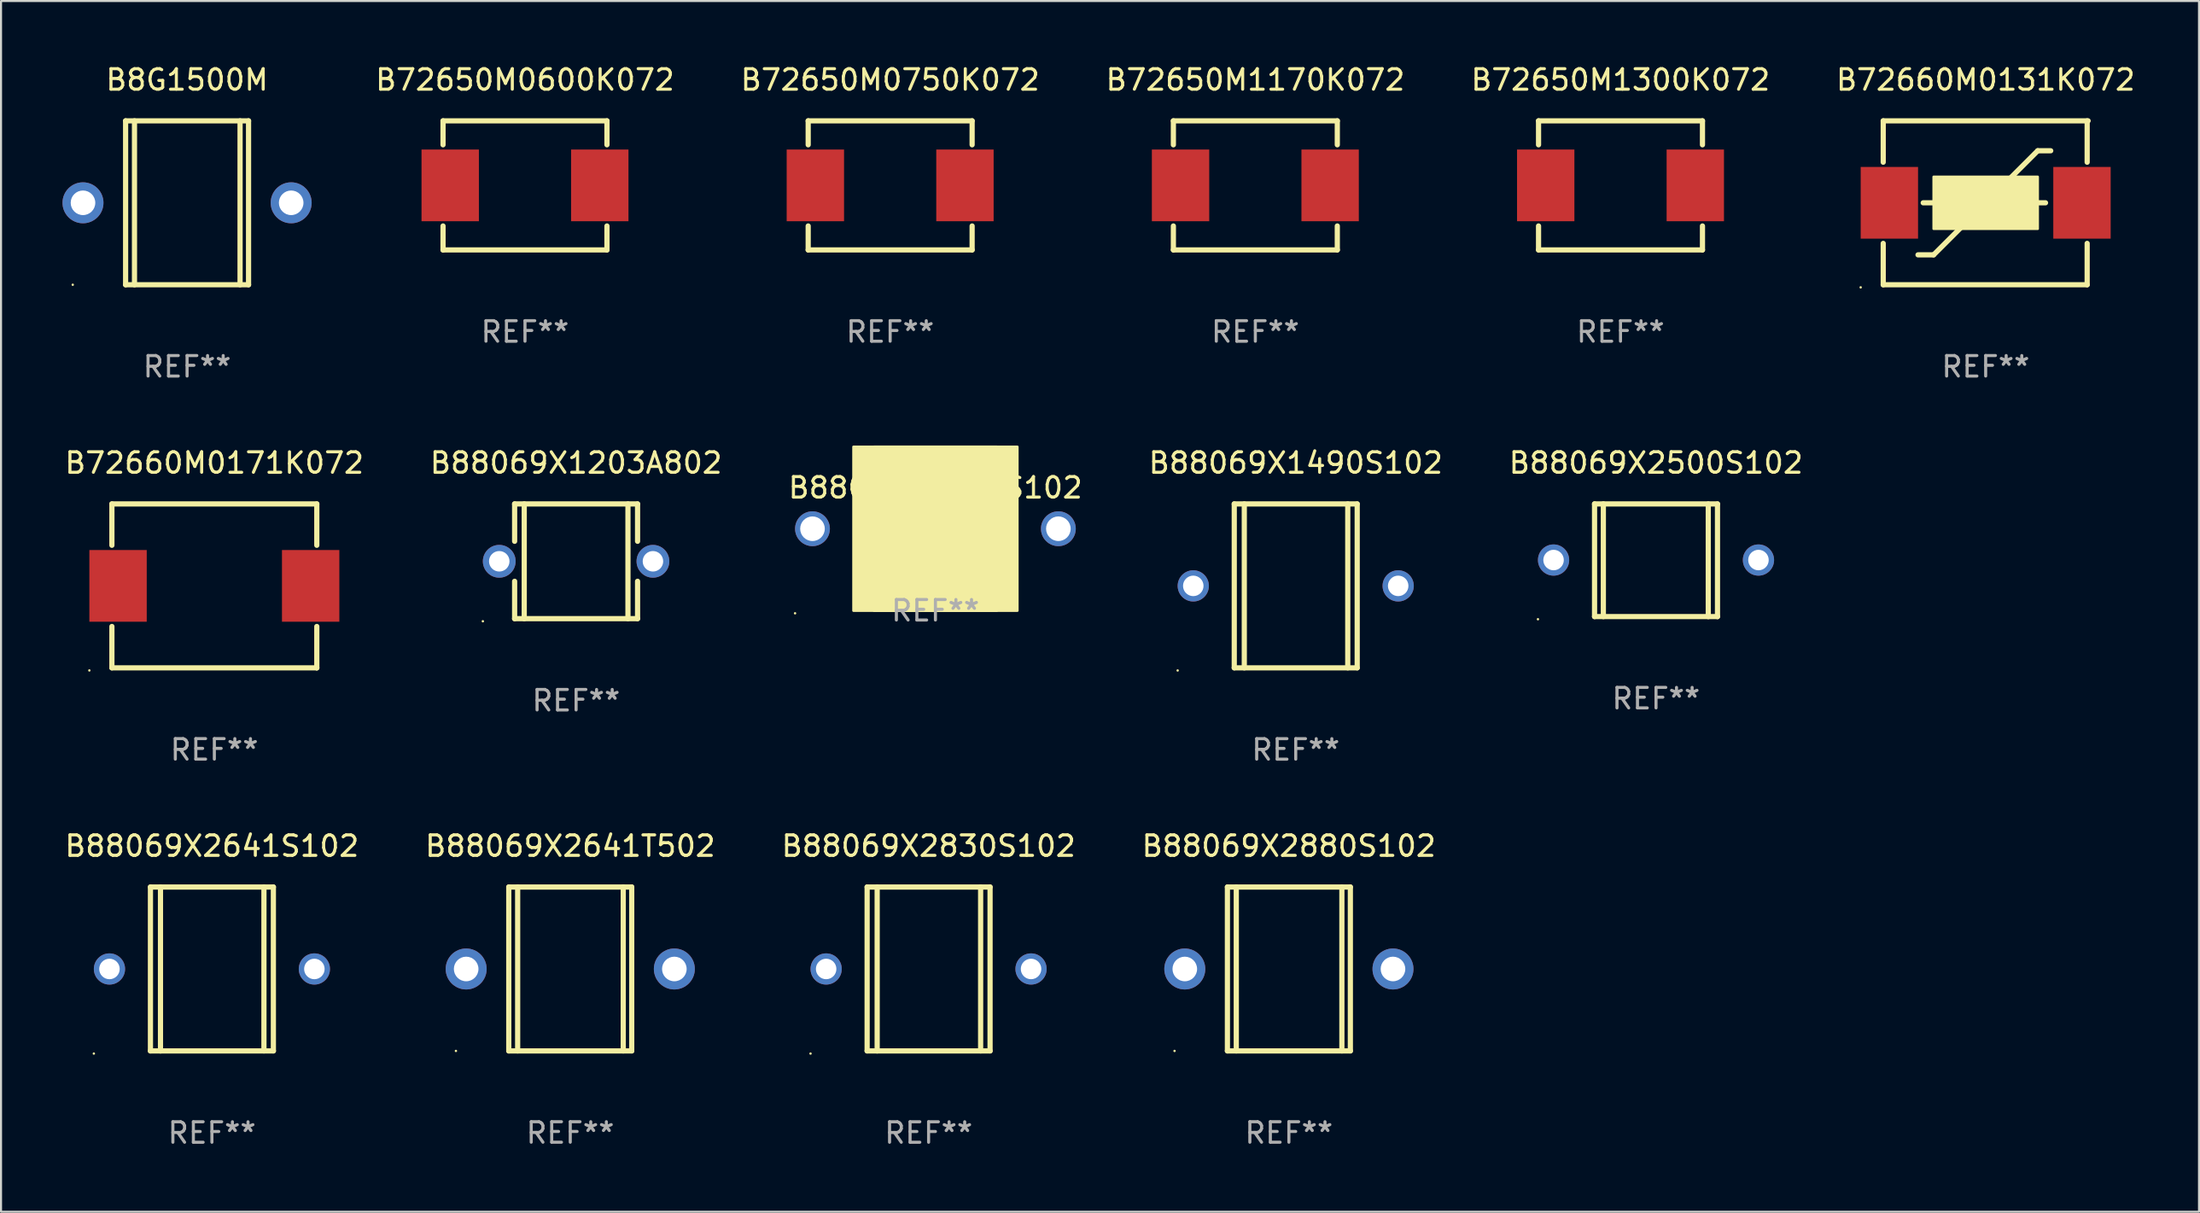
<source format=kicad_pcb>
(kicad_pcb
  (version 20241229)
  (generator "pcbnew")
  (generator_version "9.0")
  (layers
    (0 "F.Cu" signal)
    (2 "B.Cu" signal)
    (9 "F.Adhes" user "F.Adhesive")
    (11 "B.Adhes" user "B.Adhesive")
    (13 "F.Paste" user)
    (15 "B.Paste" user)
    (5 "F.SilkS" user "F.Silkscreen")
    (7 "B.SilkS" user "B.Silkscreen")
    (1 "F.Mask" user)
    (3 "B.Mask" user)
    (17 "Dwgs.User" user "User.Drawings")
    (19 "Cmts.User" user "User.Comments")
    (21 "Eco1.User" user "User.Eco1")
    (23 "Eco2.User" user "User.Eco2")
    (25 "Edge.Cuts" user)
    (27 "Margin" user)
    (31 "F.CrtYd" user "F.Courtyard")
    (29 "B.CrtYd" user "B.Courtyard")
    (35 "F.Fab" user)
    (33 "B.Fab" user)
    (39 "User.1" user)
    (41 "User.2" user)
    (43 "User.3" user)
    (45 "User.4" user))
  (footprint "B72650M0750K072"
    (layer "F.Cu")
    (at 40.392 5.998)
    (property "Reference" "B72650M0750K072" (at 0 -5.15 0) (layer "F.SilkS") (effects (font (size 1 1) (thickness 0.15))))
    (attr through_hole)
    (fp_line (start -4 -3.15) (end 4 -3.15) (stroke (width 0.254) (type solid)) (layer "F.SilkS"))
    (fp_line (start -4 -1.981) (end -4 -3.15) (stroke (width 0.254) (type solid)) (layer "F.SilkS"))
    (fp_line (start -4 3.15) (end -4 1.981) (stroke (width 0.254) (type solid)) (layer "F.SilkS"))
    (fp_line (start 4 -3.15) (end 4 -1.981) (stroke (width 0.254) (type solid)) (layer "F.SilkS"))
    (fp_line (start 4 1.981) (end 4 3.15) (stroke (width 0.254) (type solid)) (layer "F.SilkS"))
    (fp_line (start 4 3.15) (end -4 3.15) (stroke (width 0.254) (type solid)) (layer "F.SilkS"))
    (fp_circle (center -4 3.15) (end -3.97 3.15) (stroke (width 0.06) (type solid)) (fill no) (layer "F.SilkS"))
    (fp_text user "REF**" (at 0 7.15 0) (layer "F.Fab") (effects (font (size 1 1) (thickness 0.15))))
    (pad "1" smd rect (at -3.65 0 90) (size 3.5 2.8) (layers "F.Cu" "F.Mask" "F.Paste"))
    (pad "2" smd rect (at 3.65 0 90) (size 3.5 2.8) (layers "F.Cu" "F.Mask" "F.Paste")))
  (footprint "B88069X1380S102"
    (layer "F.Cu")
    (at 42.601 22.756)
    (property "Reference" "B88069X1380S102" (at 0 -2 0) (layer "F.SilkS") (effects (font (size 1 1) (thickness 0.15))))
    (attr through_hole)
    (fp_circle (center -6.85 4.127) (end -6.82 4.127) (stroke (width 0.06) (type solid)) (fill no) (layer "F.SilkS"))
    (fp_poly (pts (xy -4 -4) (xy 4 -4) (xy 4 4) (xy -4 4)) (stroke (width 0.12) (type solid)) (fill yes) (layer "F.SilkS"))
    (fp_poly (pts (xy -3 -4) (xy 3 -4) (xy 3 4) (xy -3 4)) (stroke (width 0.12) (type solid)) (fill yes) (layer "F.SilkS"))
    (fp_text user "REF**" (at 0 4 0) (layer "F.Fab") (effects (font (size 1 1) (thickness 0.15))))
    (pad "1" thru_hole circle (at -6 0) (size 1.7 1.7) (drill 1.2) (layers "*.Cu" "*.Mask"))
    (pad "2" thru_hole circle (at 6 0) (size 1.7 1.7) (drill 1.2) (layers "*.Cu" "*.Mask")))
  (footprint "B8G1500M"
    (layer "F.Cu")
    (at 6.08 6.848)
    (property "Reference" "B8G1500M" (at 0 -6 0) (layer "F.SilkS") (effects (font (size 1 1) (thickness 0.15))))
    (attr through_hole)
    (fp_line (start -3 -4) (end -3 4) (stroke (width 0.254) (type solid)) (layer "F.SilkS"))
    (fp_line (start -3 -4) (end 3 -4) (stroke (width 0.254) (type solid)) (layer "F.SilkS"))
    (fp_line (start -3 4) (end 3 4) (stroke (width 0.254) (type solid)) (layer "F.SilkS"))
    (fp_line (start -2.567 -4) (end -2.567 4) (stroke (width 0.254) (type solid)) (layer "F.SilkS"))
    (fp_line (start 2.586 -4) (end 2.586 4) (stroke (width 0.254) (type solid)) (layer "F.SilkS"))
    (fp_line (start 3 -4) (end 3 4) (stroke (width 0.254) (type solid)) (layer "F.SilkS"))
    (fp_circle (center -5.58 4) (end -5.55 4) (stroke (width 0.06) (type solid)) (fill no) (layer "F.SilkS"))
    (fp_text user "REF**" (at 0 8 0) (layer "F.Fab") (effects (font (size 1 1) (thickness 0.15))))
    (pad "1" thru_hole circle (at -5.08 0) (size 2 2) (drill 1.2) (layers "*.Cu" "*.Mask"))
    (pad "2" thru_hole circle (at 5.08 0) (size 2 2) (drill 1.2) (layers "*.Cu" "*.Mask")))
  (footprint "B88069X2830S102"
    (layer "F.Cu")
    (at 42.268 44.244)
    (property "Reference" "B88069X2830S102" (at 0 -6.001 0) (layer "F.SilkS") (effects (font (size 1 1) (thickness 0.15))))
    (attr through_hole)
    (fp_line (start -3 -4.001) (end -3 3.999) (stroke (width 0.254) (type solid)) (layer "F.SilkS"))
    (fp_line (start -3 -4.001) (end 3 -4.001) (stroke (width 0.254) (type solid)) (layer "F.SilkS"))
    (fp_line (start -2.51 4.001) (end -2.51 -3.999) (stroke (width 0.254) (type solid)) (layer "F.SilkS"))
    (fp_line (start 2.539 3.999) (end 2.539 -4.001) (stroke (width 0.254) (type solid)) (layer "F.SilkS"))
    (fp_line (start 3 3.999) (end -3 3.999) (stroke (width 0.254) (type solid)) (layer "F.SilkS"))
    (fp_line (start 3 3.999) (end 3 -4.001) (stroke (width 0.254) (type solid)) (layer "F.SilkS"))
    (fp_circle (center -5.762 4.128) (end -5.732 4.128) (stroke (width 0.06) (type solid)) (fill no) (layer "F.SilkS"))
    (fp_text user "REF**" (at 0 8.001 0) (layer "F.Fab") (effects (font (size 1 1) (thickness 0.15))))
    (pad "1" thru_hole circle (at -5 -0.001) (size 1.524 1.524) (drill 1) (layers "*.Cu" "*.Mask"))
    (pad "2" thru_hole circle (at 5 -0.001) (size 1.524 1.524) (drill 1) (layers "*.Cu" "*.Mask")))
  (footprint "B72650M0600K072"
    (layer "F.Cu")
    (at 22.571 5.998)
    (property "Reference" "B72650M0600K072" (at 0 -5.15 0) (layer "F.SilkS") (effects (font (size 1 1) (thickness 0.15))))
    (attr through_hole)
    (fp_line (start -4 -3.15) (end 4 -3.15) (stroke (width 0.254) (type solid)) (layer "F.SilkS"))
    (fp_line (start -4 -1.981) (end -4 -3.15) (stroke (width 0.254) (type solid)) (layer "F.SilkS"))
    (fp_line (start -4 3.15) (end -4 1.981) (stroke (width 0.254) (type solid)) (layer "F.SilkS"))
    (fp_line (start 4 -3.15) (end 4 -1.981) (stroke (width 0.254) (type solid)) (layer "F.SilkS"))
    (fp_line (start 4 1.981) (end 4 3.15) (stroke (width 0.254) (type solid)) (layer "F.SilkS"))
    (fp_line (start 4 3.15) (end -4 3.15) (stroke (width 0.254) (type solid)) (layer "F.SilkS"))
    (fp_circle (center -4 3.15) (end -3.97 3.15) (stroke (width 0.06) (type solid)) (fill no) (layer "F.SilkS"))
    (fp_text user "REF**" (at 0 7.15 0) (layer "F.Fab") (effects (font (size 1 1) (thickness 0.15))))
    (pad "1" smd rect (at -3.65 0 90) (size 3.5 2.8) (layers "F.Cu" "F.Mask" "F.Paste"))
    (pad "2" smd rect (at 3.65 0 90) (size 3.5 2.8) (layers "F.Cu" "F.Mask" "F.Paste")))
  (footprint "B72660M0171K072"
    (layer "F.Cu")
    (at 7.411 25.545)
    (property "Reference" "B72660M0171K072" (at 0 -6 0) (layer "F.SilkS") (effects (font (size 1 1) (thickness 0.15))))
    (attr through_hole)
    (fp_line (start -5 4) (end 5 4) (stroke (width 0.254) (type solid)) (layer "F.SilkS"))
    (fp_line (start -5 -4) (end -5 -1.981) (stroke (width 0.254) (type solid)) (layer "F.SilkS"))
    (fp_line (start -5 -4) (end 5 -4) (stroke (width 0.254) (type solid)) (layer "F.SilkS"))
    (fp_line (start -5 1.981) (end -5 4) (stroke (width 0.254) (type solid)) (layer "F.SilkS"))
    (fp_line (start 5 -4) (end 5 -1.981) (stroke (width 0.254) (type solid)) (layer "F.SilkS"))
    (fp_line (start 5 1.981) (end 5 4) (stroke (width 0.254) (type solid)) (layer "F.SilkS"))
    (fp_line (start 5 4) (end 5 4) (stroke (width 0.254) (type solid)) (layer "F.SilkS"))
    (fp_circle (center -6.1 4.127) (end -6.07 4.127) (stroke (width 0.06) (type solid)) (fill no) (layer "F.SilkS"))
    (fp_text user "REF**" (at 0 8 0) (layer "F.Fab") (effects (font (size 1 1) (thickness 0.15))))
    (pad "1" smd rect (at -4.7 0 90) (size 3.5 2.8) (layers "F.Cu" "F.Mask" "F.Paste"))
    (pad "2" smd rect (at 4.7 0 90) (size 3.5 2.8) (layers "F.Cu" "F.Mask" "F.Paste")))
  (footprint "B72650M1300K072"
    (layer "F.Cu")
    (at 76.035 5.998)
    (property "Reference" "B72650M1300K072" (at 0 -5.15 0) (layer "F.SilkS") (effects (font (size 1 1) (thickness 0.15))))
    (attr through_hole)
    (fp_line (start -4 -3.15) (end 4 -3.15) (stroke (width 0.254) (type solid)) (layer "F.SilkS"))
    (fp_line (start -4 -1.981) (end -4 -3.15) (stroke (width 0.254) (type solid)) (layer "F.SilkS"))
    (fp_line (start -4 3.15) (end -4 1.981) (stroke (width 0.254) (type solid)) (layer "F.SilkS"))
    (fp_line (start 4 -3.15) (end 4 -1.981) (stroke (width 0.254) (type solid)) (layer "F.SilkS"))
    (fp_line (start 4 1.981) (end 4 3.15) (stroke (width 0.254) (type solid)) (layer "F.SilkS"))
    (fp_line (start 4 3.15) (end -4 3.15) (stroke (width 0.254) (type solid)) (layer "F.SilkS"))
    (fp_circle (center -4 3.15) (end -3.97 3.15) (stroke (width 0.06) (type solid)) (fill no) (layer "F.SilkS"))
    (fp_text user "REF**" (at 0 7.15 0) (layer "F.Fab") (effects (font (size 1 1) (thickness 0.15))))
    (pad "1" smd rect (at -3.65 0 90) (size 3.5 2.8) (layers "F.Cu" "F.Mask" "F.Paste"))
    (pad "2" smd rect (at 3.65 0 90) (size 3.5 2.8) (layers "F.Cu" "F.Mask" "F.Paste")))
  (footprint "B72660M0131K072"
    (layer "F.Cu")
    (at 93.856 6.848)
    (property "Reference" "B72660M0131K072" (at 0 -6 0) (layer "F.SilkS") (effects (font (size 1 1) (thickness 0.15))))
    (attr through_hole)
    (fp_line (start -5 -4) (end -5 -1.981) (stroke (width 0.254) (type solid)) (layer "F.SilkS"))
    (fp_line (start -5 -4) (end 5 -4) (stroke (width 0.254) (type solid)) (layer "F.SilkS"))
    (fp_line (start -5 1.981) (end -5 4) (stroke (width 0.254) (type solid)) (layer "F.SilkS"))
    (fp_line (start -5 4) (end 4.953 4) (stroke (width 0.254) (type solid)) (layer "F.SilkS"))
    (fp_line (start -2.54 0) (end -3.048 0) (stroke (width 0.254) (type solid)) (layer "F.SilkS"))
    (fp_line (start -2.54 2.54) (end -3.302 2.54) (stroke (width 0.254) (type solid)) (layer "F.SilkS"))
    (fp_line (start -2.54 2.54) (end 2.54 -2.54) (stroke (width 0.254) (type solid)) (layer "F.SilkS"))
    (fp_line (start 2.54 -2.54) (end 3.175 -2.54) (stroke (width 0.254) (type solid)) (layer "F.SilkS"))
    (fp_line (start 2.54 0) (end 2.921 0) (stroke (width 0.254) (type solid)) (layer "F.SilkS"))
    (fp_line (start 4.953 -1.981) (end 4.953 -4) (stroke (width 0.254) (type solid)) (layer "F.SilkS"))
    (fp_line (start 4.953 4) (end 4.953 1.981) (stroke (width 0.254) (type solid)) (layer "F.SilkS"))
    (fp_circle (center -6.1 4.127) (end -6.07 4.127) (stroke (width 0.06) (type solid)) (fill no) (layer "F.SilkS"))
    (fp_poly (pts (xy -2.54 -1.27) (xy 2.54 -1.27) (xy 2.54 1.27) (xy -2.54 1.27)) (stroke (width 0.12) (type solid)) (fill yes) (layer "F.SilkS"))
    (fp_text user "REF**" (at 0 8 0) (layer "F.Fab") (effects (font (size 1 1) (thickness 0.15))))
    (pad "1" smd rect (at -4.7 0 90) (size 3.5 2.8) (layers "F.Cu" "F.Mask" "F.Paste"))
    (pad "2" smd rect (at 4.7 0 90) (size 3.5 2.8) (layers "F.Cu" "F.Mask" "F.Paste")))
  (footprint "B88069X2641S102"
    (layer "F.Cu")
    (at 7.292 44.244)
    (property "Reference" "B88069X2641S102" (at 0 -6.001 0) (layer "F.SilkS") (effects (font (size 1 1) (thickness 0.15))))
    (attr through_hole)
    (fp_line (start -3 -4.001) (end -3 3.999) (stroke (width 0.254) (type solid)) (layer "F.SilkS"))
    (fp_line (start -3 -4.001) (end 3 -4.001) (stroke (width 0.254) (type solid)) (layer "F.SilkS"))
    (fp_line (start -2.51 4.001) (end -2.51 -3.999) (stroke (width 0.254) (type solid)) (layer "F.SilkS"))
    (fp_line (start 2.539 3.999) (end 2.539 -4.001) (stroke (width 0.254) (type solid)) (layer "F.SilkS"))
    (fp_line (start 3 3.999) (end -3 3.999) (stroke (width 0.254) (type solid)) (layer "F.SilkS"))
    (fp_line (start 3 3.999) (end 3 -4.001) (stroke (width 0.254) (type solid)) (layer "F.SilkS"))
    (fp_circle (center -5.762 4.128) (end -5.732 4.128) (stroke (width 0.06) (type solid)) (fill no) (layer "F.SilkS"))
    (fp_text user "REF**" (at 0 8.001 0) (layer "F.Fab") (effects (font (size 1 1) (thickness 0.15))))
    (pad "1" thru_hole circle (at -5 -0.001) (size 1.524 1.524) (drill 1) (layers "*.Cu" "*.Mask"))
    (pad "2" thru_hole circle (at 5 -0.001) (size 1.524 1.524) (drill 1) (layers "*.Cu" "*.Mask")))
  (footprint "B88069X2880S102"
    (layer "F.Cu")
    (at 59.851 44.243)
    (property "Reference" "B88069X2880S102" (at 0 -6 0) (layer "F.SilkS") (effects (font (size 1 1) (thickness 0.15))))
    (attr through_hole)
    (fp_line (start -3 -4) (end -3 4) (stroke (width 0.254) (type solid)) (layer "F.SilkS"))
    (fp_line (start -3 -4) (end 3 -4) (stroke (width 0.254) (type solid)) (layer "F.SilkS"))
    (fp_line (start -3 4) (end 3 4) (stroke (width 0.254) (type solid)) (layer "F.SilkS"))
    (fp_line (start -2.567 -4) (end -2.567 4) (stroke (width 0.254) (type solid)) (layer "F.SilkS"))
    (fp_line (start 2.586 -4) (end 2.586 4) (stroke (width 0.254) (type solid)) (layer "F.SilkS"))
    (fp_line (start 3 -4) (end 3 4) (stroke (width 0.254) (type solid)) (layer "F.SilkS"))
    (fp_circle (center -5.58 4) (end -5.55 4) (stroke (width 0.06) (type solid)) (fill no) (layer "F.SilkS"))
    (fp_text user "REF**" (at 0 8 0) (layer "F.Fab") (effects (font (size 1 1) (thickness 0.15))))
    (pad "1" thru_hole circle (at -5.08 0) (size 2 2) (drill 1.2) (layers "*.Cu" "*.Mask"))
    (pad "2" thru_hole circle (at 5.08 0) (size 2 2) (drill 1.2) (layers "*.Cu" "*.Mask")))
  (footprint "B88069X1203A802"
    (layer "F.Cu")
    (at 25.065 24.345)
    (property "Reference" "B88069X1203A802" (at 0 -4.8 0) (layer "F.SilkS") (effects (font (size 1 1) (thickness 0.15))))
    (attr through_hole)
    (fp_line (start -3 -2.8) (end 3 -2.8) (stroke (width 0.254) (type solid)) (layer "F.SilkS"))
    (fp_line (start -3 -0.976) (end -3 -2.8) (stroke (width 0.254) (type solid)) (layer "F.SilkS"))
    (fp_line (start -3 2.8) (end -3 0.976) (stroke (width 0.254) (type solid)) (layer "F.SilkS"))
    (fp_line (start -3 2.8) (end 3 2.8) (stroke (width 0.254) (type solid)) (layer "F.SilkS"))
    (fp_line (start -2.531 -2.8) (end -2.531 2.8) (stroke (width 0.254) (type solid)) (layer "F.SilkS"))
    (fp_line (start 2.531 -2.8) (end 2.531 2.8) (stroke (width 0.254) (type solid)) (layer "F.SilkS"))
    (fp_line (start 3 -2.8) (end 3 -0.976) (stroke (width 0.254) (type solid)) (layer "F.SilkS"))
    (fp_line (start 3 0.976) (end 3 2.8) (stroke (width 0.254) (type solid)) (layer "F.SilkS"))
    (fp_circle (center -4.55 2.927) (end -4.52 2.927) (stroke (width 0.06) (type solid)) (fill no) (layer "F.SilkS"))
    (fp_text user "REF**" (at 0 6.8 0) (layer "F.Fab") (effects (font (size 1 1) (thickness 0.15))))
    (pad "1" thru_hole circle (at -3.75 0) (size 1.6 1.6) (drill 1) (layers "*.Cu" "*.Mask"))
    (pad "2" thru_hole circle (at 3.75 0) (size 1.6 1.6) (drill 1) (layers "*.Cu" "*.Mask")))
  (footprint "B88069X1490S102"
    (layer "F.Cu")
    (at 60.185 25.546)
    (property "Reference" "B88069X1490S102" (at 0 -6.001 0) (layer "F.SilkS") (effects (font (size 1 1) (thickness 0.15))))
    (attr through_hole)
    (fp_line (start -3 -4.001) (end -3 3.999) (stroke (width 0.254) (type solid)) (layer "F.SilkS"))
    (fp_line (start -3 -4.001) (end 3 -4.001) (stroke (width 0.254) (type solid)) (layer "F.SilkS"))
    (fp_line (start -2.51 4.001) (end -2.51 -3.999) (stroke (width 0.254) (type solid)) (layer "F.SilkS"))
    (fp_line (start 2.539 3.999) (end 2.539 -4.001) (stroke (width 0.254) (type solid)) (layer "F.SilkS"))
    (fp_line (start 3 3.999) (end -3 3.999) (stroke (width 0.254) (type solid)) (layer "F.SilkS"))
    (fp_line (start 3 3.999) (end 3 -4.001) (stroke (width 0.254) (type solid)) (layer "F.SilkS"))
    (fp_circle (center -5.762 4.128) (end -5.732 4.128) (stroke (width 0.06) (type solid)) (fill no) (layer "F.SilkS"))
    (fp_text user "REF**" (at 0 8.001 0) (layer "F.Fab") (effects (font (size 1 1) (thickness 0.15))))
    (pad "1" thru_hole circle (at -5 -0.001) (size 1.524 1.524) (drill 1) (layers "*.Cu" "*.Mask"))
    (pad "2" thru_hole circle (at 5 -0.001) (size 1.524 1.524) (drill 1) (layers "*.Cu" "*.Mask")))
  (footprint "B88069X2500S102"
    (layer "F.Cu")
    (at 77.768 24.295)
    (property "Reference" "B88069X2500S102" (at 0 -4.751 0) (layer "F.SilkS") (effects (font (size 1 1) (thickness 0.15))))
    (attr through_hole)
    (fp_line (start -3 -2.75) (end 3 -2.75) (stroke (width 0.254) (type solid)) (layer "F.SilkS"))
    (fp_line (start -3 2.749) (end -3 -2.751) (stroke (width 0.254) (type solid)) (layer "F.SilkS"))
    (fp_line (start -2.57 2.749) (end -2.57 -2.751) (stroke (width 0.254) (type solid)) (layer "F.SilkS"))
    (fp_line (start 2.55 2.751) (end 2.55 -2.749) (stroke (width 0.254) (type solid)) (layer "F.SilkS"))
    (fp_line (start 3 -2.75) (end 3 2.75) (stroke (width 0.254) (type solid)) (layer "F.SilkS"))
    (fp_line (start 3 2.749) (end -3 2.749) (stroke (width 0.254) (type solid)) (layer "F.SilkS"))
    (fp_circle (center -5.762 2.878) (end -5.732 2.878) (stroke (width 0.06) (type solid)) (fill no) (layer "F.SilkS"))
    (fp_text user "REF**" (at 0 6.751 0) (layer "F.Fab") (effects (font (size 1 1) (thickness 0.15))))
    (pad "1" thru_hole circle (at -5 -0.011) (size 1.524 1.524) (drill 1) (layers "*.Cu" "*.Mask"))
    (pad "2" thru_hole circle (at 5 -0.011) (size 1.524 1.524) (drill 1) (layers "*.Cu" "*.Mask")))
  (footprint "B88069X2641T502"
    (layer "F.Cu")
    (at 24.78 44.243)
    (property "Reference" "B88069X2641T502" (at 0 -6 0) (layer "F.SilkS") (effects (font (size 1 1) (thickness 0.15))))
    (attr through_hole)
    (fp_line (start -3 -4) (end -3 4) (stroke (width 0.254) (type solid)) (layer "F.SilkS"))
    (fp_line (start -3 -4) (end 3 -4) (stroke (width 0.254) (type solid)) (layer "F.SilkS"))
    (fp_line (start -3 4) (end 3 4) (stroke (width 0.254) (type solid)) (layer "F.SilkS"))
    (fp_line (start -2.567 -4) (end -2.567 4) (stroke (width 0.254) (type solid)) (layer "F.SilkS"))
    (fp_line (start 2.586 -4) (end 2.586 4) (stroke (width 0.254) (type solid)) (layer "F.SilkS"))
    (fp_line (start 3 -4) (end 3 4) (stroke (width 0.254) (type solid)) (layer "F.SilkS"))
    (fp_circle (center -5.58 4) (end -5.55 4) (stroke (width 0.06) (type solid)) (fill no) (layer "F.SilkS"))
    (fp_text user "REF**" (at 0 8 0) (layer "F.Fab") (effects (font (size 1 1) (thickness 0.15))))
    (pad "1" thru_hole circle (at -5.08 0) (size 2 2) (drill 1.2) (layers "*.Cu" "*.Mask"))
    (pad "2" thru_hole circle (at 5.08 0) (size 2 2) (drill 1.2) (layers "*.Cu" "*.Mask")))
  (footprint "B72650M1170K072"
    (layer "F.Cu")
    (at 58.214 5.998)
    (property "Reference" "B72650M1170K072" (at 0 -5.15 0) (layer "F.SilkS") (effects (font (size 1 1) (thickness 0.15))))
    (attr through_hole)
    (fp_line (start -4 -3.15) (end 4 -3.15) (stroke (width 0.254) (type solid)) (layer "F.SilkS"))
    (fp_line (start -4 -1.981) (end -4 -3.15) (stroke (width 0.254) (type solid)) (layer "F.SilkS"))
    (fp_line (start -4 3.15) (end -4 1.981) (stroke (width 0.254) (type solid)) (layer "F.SilkS"))
    (fp_line (start 4 -3.15) (end 4 -1.981) (stroke (width 0.254) (type solid)) (layer "F.SilkS"))
    (fp_line (start 4 1.981) (end 4 3.15) (stroke (width 0.254) (type solid)) (layer "F.SilkS"))
    (fp_line (start 4 3.15) (end -4 3.15) (stroke (width 0.254) (type solid)) (layer "F.SilkS"))
    (fp_circle (center -4 3.15) (end -3.97 3.15) (stroke (width 0.06) (type solid)) (fill no) (layer "F.SilkS"))
    (fp_text user "REF**" (at 0 7.15 0) (layer "F.Fab") (effects (font (size 1 1) (thickness 0.15))))
    (pad "1" smd rect (at -3.65 0 90) (size 3.5 2.8) (layers "F.Cu" "F.Mask" "F.Paste"))
    (pad "2" smd rect (at 3.65 0 90) (size 3.5 2.8) (layers "F.Cu" "F.Mask" "F.Paste")))
  (gr_rect
    (start -3 -3)
    (end 104.267 56.093)
    (stroke (width 0.1) (type default))
    (fill no)
    (layer "Edge.Cuts")))
</source>
